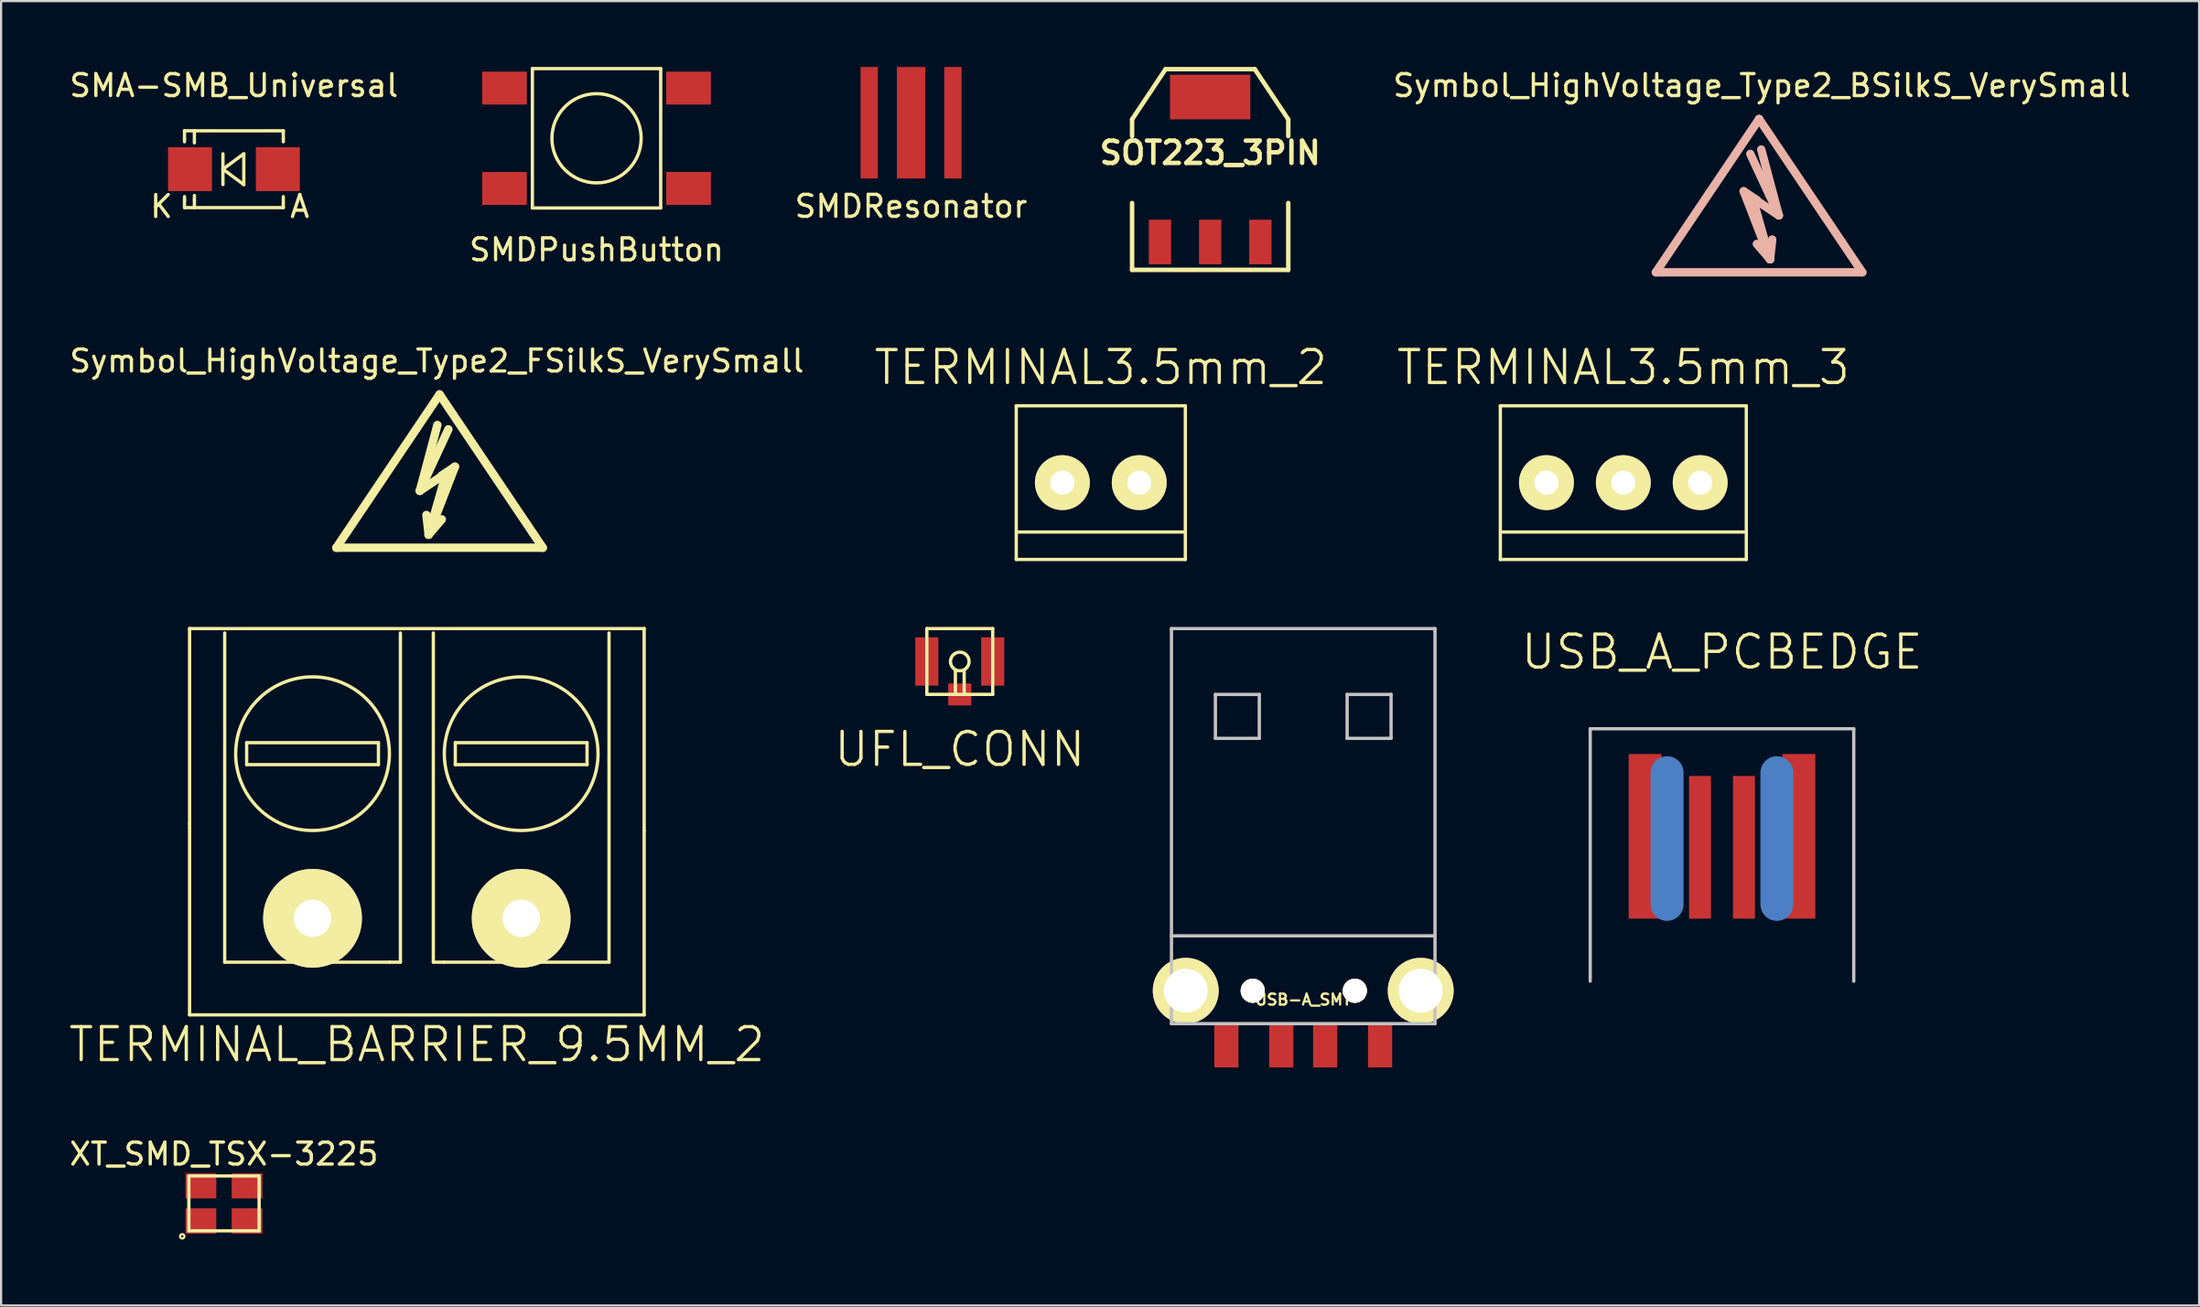
<source format=kicad_pcb>
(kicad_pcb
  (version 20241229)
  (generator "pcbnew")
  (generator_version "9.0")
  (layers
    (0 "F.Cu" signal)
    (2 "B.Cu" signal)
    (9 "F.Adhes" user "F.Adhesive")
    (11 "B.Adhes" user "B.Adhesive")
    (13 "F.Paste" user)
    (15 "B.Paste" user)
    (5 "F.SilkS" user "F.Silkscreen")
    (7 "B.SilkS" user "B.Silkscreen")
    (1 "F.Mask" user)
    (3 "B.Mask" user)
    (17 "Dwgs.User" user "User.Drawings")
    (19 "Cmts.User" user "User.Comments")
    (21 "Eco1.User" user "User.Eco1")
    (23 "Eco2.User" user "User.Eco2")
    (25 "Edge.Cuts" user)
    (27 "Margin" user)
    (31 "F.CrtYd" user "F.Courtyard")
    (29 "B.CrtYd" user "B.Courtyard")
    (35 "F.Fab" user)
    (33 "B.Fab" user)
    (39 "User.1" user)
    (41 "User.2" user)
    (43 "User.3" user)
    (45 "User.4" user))
  (footprint "SMDResonator"
    (layer "F.Cu")
    (at 38.435 2.54)
    (property "Reference" "SMDResonator" (at 0 3.81 0) (layer "F.SilkS") (effects (font (size 1 1) (thickness 0.15))))
    (attr through_hole)
    (pad "1" smd rect (at -1.905 0) (size 0.787 5.08) (layers "F.Cu" "F.Mask" "F.Paste"))
    (pad "2" smd rect (at 0 0) (size 1.295 5.08) (layers "F.Cu" "F.Mask" "F.Paste"))
    (pad "3" smd rect (at 1.905 0) (size 0.787 5.08) (layers "F.Cu" "F.Mask" "F.Paste")))
  (footprint "TERMINAL3.5mm_2"
    (layer "F.Cu")
    (at 47.075 18.939)
    (property "Reference" "TERMINAL3.5mm_2" (at 0 -5.25 0) (layer "F.SilkS") (effects (font (size 1.5 1.5) (thickness 0.15))))
    (attr through_hole)
    (fp_line (start -3.85 -3.5) (end -3.85 3.5) (stroke (width 0.15) (type solid)) (layer "F.SilkS"))
    (fp_line (start -3.85 -3.5) (end 3.85 -3.5) (stroke (width 0.15) (type solid)) (layer "F.SilkS"))
    (fp_line (start -3.85 3.5) (end 3.85 3.5) (stroke (width 0.15) (type solid)) (layer "F.SilkS"))
    (fp_line (start -3.75 2.25) (end 3.85 2.25) (stroke (width 0.15) (type solid)) (layer "F.SilkS"))
    (fp_line (start 3.85 -3.5) (end 3.85 3.5) (stroke (width 0.15) (type solid)) (layer "F.SilkS"))
    (pad "1" thru_hole circle (at -1.75 0) (size 2.5 2.5) (drill 1.1) (layers "*.Cu" "*.Mask" "F.SilkS"))
    (pad "2" thru_hole circle (at 1.75 0) (size 2.5 2.5) (drill 1.1) (layers "*.Cu" "*.Mask" "F.SilkS")))
  (footprint "UFL_CONN"
    (layer "F.Cu")
    (at 40.654 27.088)
    (property "Reference" "UFL_CONN" (at 0 4 0) (layer "F.SilkS") (effects (font (size 1.5 1.5) (thickness 0.15))))
    (attr through_hole)
    (fp_line (start -1.5 -1.5) (end 1.5 -1.5) (stroke (width 0.15) (type solid)) (layer "F.SilkS"))
    (fp_line (start -1.5 1.5) (end -1.5 -1.5) (stroke (width 0.15) (type solid)) (layer "F.SilkS"))
    (fp_line (start -0.2 0.4) (end -0.2 1.4) (stroke (width 0.15) (type solid)) (layer "F.SilkS"))
    (fp_line (start 0.2 0.4) (end 0.2 1.5) (stroke (width 0.15) (type solid)) (layer "F.SilkS"))
    (fp_line (start 1.5 -1.5) (end 1.5 1.5) (stroke (width 0.15) (type solid)) (layer "F.SilkS"))
    (fp_line (start 1.5 1.5) (end -1.5 1.5) (stroke (width 0.15) (type solid)) (layer "F.SilkS"))
    (fp_circle (center 0 0) (end 0.3 -0.3) (stroke (width 0.15) (type solid)) (fill no) (layer "F.SilkS"))
    (pad "1" smd rect (at -1.5 0) (size 1.05 2.2) (layers "F.Cu" "F.Mask" "F.Paste"))
    (pad "2" smd rect (at 1.5 0) (size 1.05 2.2) (layers "F.Cu" "F.Mask" "F.Paste"))
    (pad "3" smd rect (at 0 1.5) (size 1.05 1) (layers "F.Cu" "F.Mask" "F.Paste")))
  (footprint "SMA-SMB_Universal"
    (layer "F.Cu")
    (at 7.601 4.658)
    (property "Reference" "SMA-SMB_Universal" (at 0 -3.81 0) (layer "F.SilkS") (effects (font (size 1 1) (thickness 0.15))))
    (attr smd)
    (fp_line (start -2.25 -1.75) (end -2.25 -1.4) (stroke (width 0.15) (type solid)) (layer "F.SilkS"))
    (fp_line (start -2.25 -1.75) (end 2.25 -1.75) (stroke (width 0.15) (type solid)) (layer "F.SilkS"))
    (fp_line (start -2.25 -1.4) (end -2.25 -1.25) (stroke (width 0.15) (type solid)) (layer "F.SilkS"))
    (fp_line (start -2.25 1.4) (end -2.25 1.25) (stroke (width 0.15) (type solid)) (layer "F.SilkS"))
    (fp_line (start -2.25 1.75) (end -2.25 1.4) (stroke (width 0.15) (type solid)) (layer "F.SilkS"))
    (fp_line (start -2.25 1.75) (end 2.25 1.75) (stroke (width 0.15) (type solid)) (layer "F.SilkS"))
    (fp_line (start -1.799 -1.75) (end -1.799 -1.4) (stroke (width 0.15) (type solid)) (layer "F.SilkS"))
    (fp_line (start -1.799 -1.349) (end -1.799 -1.199) (stroke (width 0.15) (type solid)) (layer "F.SilkS"))
    (fp_line (start -1.799 1.4) (end -1.799 1.199) (stroke (width 0.15) (type solid)) (layer "F.SilkS"))
    (fp_line (start -1.799 1.75) (end -1.799 1.4) (stroke (width 0.15) (type solid)) (layer "F.SilkS"))
    (fp_line (start -0.5 -0.701) (end -0.5 0.701) (stroke (width 0.15) (type solid)) (layer "F.SilkS"))
    (fp_line (start -0.5 0) (end 0.45 -0.701) (stroke (width 0.15) (type solid)) (layer "F.SilkS"))
    (fp_line (start 0.45 -0.701) (end 0.45 0.701) (stroke (width 0.15) (type solid)) (layer "F.SilkS"))
    (fp_line (start 0.45 0.701) (end -0.5 0) (stroke (width 0.15) (type solid)) (layer "F.SilkS"))
    (fp_line (start 2.25 -1.75) (end 2.25 -1.4) (stroke (width 0.15) (type solid)) (layer "F.SilkS"))
    (fp_line (start 2.25 -1.4) (end 2.25 -1.25) (stroke (width 0.15) (type solid)) (layer "F.SilkS"))
    (fp_line (start 2.25 1.349) (end 2.25 1.25) (stroke (width 0.15) (type solid)) (layer "F.SilkS"))
    (fp_line (start 2.25 1.75) (end 2.25 1.4) (stroke (width 0.15) (type solid)) (layer "F.SilkS"))
    (fp_text user "K" (at -3.3 1.7 0) (layer "F.SilkS") (effects (font (size 1 1) (thickness 0.15))))
    (fp_text user "A" (at 3 1.699 0) (layer "F.SilkS") (effects (font (size 1 1) (thickness 0.15))))
    (pad "1" smd rect (at -2 0) (size 2 2) (layers "F.Cu" "F.Mask" "F.Paste"))
    (pad "2" smd rect (at 2 0 180) (size 2 2) (layers "F.Cu" "F.Mask" "F.Paste")))
  (footprint "USB-A_SMT"
    (layer "F.Cu")
    (at 56.293 40.589)
    (property "Reference" "USB-A_SMT" (at 0 1.905 0) (layer "F.SilkS") (effects (font (size 0.5 0.5) (thickness 0.1))))
    (attr through_hole)
    (fp_line (start -6 -15) (end 6 -15) (stroke (width 0.15) (type solid)) (layer "Dwgs.User"))
    (fp_line (start -6 3) (end -6 -15) (stroke (width 0.15) (type solid)) (layer "Dwgs.User"))
    (fp_line (start -4 -12) (end -4 -10) (stroke (width 0.15) (type solid)) (layer "Dwgs.User"))
    (fp_line (start -4 -10) (end -2 -10) (stroke (width 0.15) (type solid)) (layer "Dwgs.User"))
    (fp_line (start -2 -12) (end -4 -12) (stroke (width 0.15) (type solid)) (layer "Dwgs.User"))
    (fp_line (start -2 -10) (end -2 -12) (stroke (width 0.15) (type solid)) (layer "Dwgs.User"))
    (fp_line (start 2 -12) (end 2 -10) (stroke (width 0.15) (type solid)) (layer "Dwgs.User"))
    (fp_line (start 2 -10) (end 4 -10) (stroke (width 0.15) (type solid)) (layer "Dwgs.User"))
    (fp_line (start 4 -12) (end 2 -12) (stroke (width 0.15) (type solid)) (layer "Dwgs.User"))
    (fp_line (start 4 -10) (end 4 -12) (stroke (width 0.15) (type solid)) (layer "Dwgs.User"))
    (fp_line (start 6 -15) (end 6 3) (stroke (width 0.15) (type solid)) (layer "Dwgs.User"))
    (fp_line (start 6 -1) (end -6 -1) (stroke (width 0.15) (type solid)) (layer "Dwgs.User"))
    (fp_line (start 6 3) (end -6 3) (stroke (width 0.15) (type solid)) (layer "Dwgs.User"))
    (pad "" thru_hole oval (at -5.35 1.5) (size 3 3) (drill 2) (layers "B.Cu" "B.Mask" "F.SilkS"))
    (pad "" thru_hole circle (at -2.3 1.5) (size 1.1 1.1) (drill 1.1) (layers "*.Cu" "*.Mask" "F.SilkS"))
    (pad "" thru_hole circle (at 2.35 1.5) (size 1.1 1.1) (drill 1.1) (layers "*.Cu" "*.Mask" "F.SilkS"))
    (pad "" thru_hole oval (at 5.35 1.5) (size 3 3) (drill 2) (layers "B.Cu" "B.Mask" "F.SilkS"))
    (pad "1" smd rect (at -3.5 4) (size 1.1 1.99) (layers "F.Cu" "F.Mask" "F.Paste"))
    (pad "2" smd rect (at -1 4) (size 1.1 1.99) (layers "F.Cu" "F.Mask" "F.Paste"))
    (pad "3" smd rect (at 1 4) (size 1.1 1.99) (layers "F.Cu" "F.Mask" "F.Paste"))
    (pad "4" smd rect (at 3.5 4) (size 1.1 1.99) (layers "F.Cu" "F.Mask" "F.Paste")))
  (footprint "TERMINAL_BARRIER_9.5MM_2"
    (layer "F.Cu")
    (at 15.932 38.788)
    (property "Reference" "TERMINAL_BARRIER_9.5MM_2" (at 0 5.75 0) (layer "F.SilkS") (effects (font (size 1.5 1.5) (thickness 0.15))))
    (attr through_hole)
    (fp_line (start -10.35 -4.3) (end -10.35 -13.2) (stroke (width 0.15) (type solid)) (layer "F.SilkS"))
    (fp_line (start -10.35 4.4) (end -10.35 -4.3) (stroke (width 0.15) (type solid)) (layer "F.SilkS"))
    (fp_line (start -10.35 4.4) (end 10.35 4.4) (stroke (width 0.15) (type solid)) (layer "F.SilkS"))
    (fp_line (start -8.75 -13) (end -8.75 2) (stroke (width 0.15) (type solid)) (layer "F.SilkS"))
    (fp_line (start -8.75 2) (end -1.25 2) (stroke (width 0.15) (type solid)) (layer "F.SilkS"))
    (fp_line (start -7.75 -8) (end -7.75 -7) (stroke (width 0.15) (type solid)) (layer "F.SilkS"))
    (fp_line (start -7.75 -7) (end -1.75 -7) (stroke (width 0.15) (type solid)) (layer "F.SilkS"))
    (fp_line (start -1.75 -8) (end -7.75 -8) (stroke (width 0.15) (type solid)) (layer "F.SilkS"))
    (fp_line (start -1.75 -7) (end -1.75 -8) (stroke (width 0.15) (type solid)) (layer "F.SilkS"))
    (fp_line (start -1.25 2) (end -0.75 2) (stroke (width 0.15) (type solid)) (layer "F.SilkS"))
    (fp_line (start -0.75 2) (end -0.75 -13) (stroke (width 0.15) (type solid)) (layer "F.SilkS"))
    (fp_line (start 0.75 2) (end 0.75 -13) (stroke (width 0.15) (type solid)) (layer "F.SilkS"))
    (fp_line (start 1.25 2) (end 0.75 2) (stroke (width 0.15) (type solid)) (layer "F.SilkS"))
    (fp_line (start 1.25 2) (end 8.75 2) (stroke (width 0.15) (type solid)) (layer "F.SilkS"))
    (fp_line (start 1.75 -8) (end 1.75 -7) (stroke (width 0.15) (type solid)) (layer "F.SilkS"))
    (fp_line (start 1.75 -7) (end 7.75 -7) (stroke (width 0.15) (type solid)) (layer "F.SilkS"))
    (fp_line (start 7.75 -8) (end 1.75 -8) (stroke (width 0.15) (type solid)) (layer "F.SilkS"))
    (fp_line (start 7.75 -7) (end 7.75 -8) (stroke (width 0.15) (type solid)) (layer "F.SilkS"))
    (fp_line (start 8.75 2) (end 8.75 -13) (stroke (width 0.15) (type solid)) (layer "F.SilkS"))
    (fp_line (start 10.35 -13.2) (end -10.35 -13.2) (stroke (width 0.15) (type solid)) (layer "F.SilkS"))
    (fp_line (start 10.35 -13.2) (end 10.35 -4) (stroke (width 0.15) (type solid)) (layer "F.SilkS"))
    (fp_line (start 10.35 4.4) (end 10.35 -4) (stroke (width 0.15) (type solid)) (layer "F.SilkS"))
    (fp_circle (center -4.75 -7.5) (end -1.25 -7.5) (stroke (width 0.15) (type solid)) (fill no) (layer "F.SilkS"))
    (fp_circle (center 4.75 -7.5) (end 1.25 -7.5) (stroke (width 0.15) (type solid)) (fill no) (layer "F.SilkS"))
    (pad "1" thru_hole circle (at 4.75 0) (size 4.5 4.5) (drill 1.7) (layers "*.Cu" "*.Mask" "F.SilkS"))
    (pad "2" thru_hole circle (at -4.75 0) (size 4.5 4.5) (drill 1.7) (layers "*.Cu" "*.Mask" "F.SilkS")))
  (footprint "XT_SMD_TSX-3225"
    (layer "F.Cu")
    (at 7.149 51.778)
    (property "Reference" "XT_SMD_TSX-3225" (at 0 -2.25 0) (layer "F.SilkS") (effects (font (size 1 1) (thickness 0.15))))
    (attr through_hole)
    (fp_line (start -1.6 -1.25) (end -1.6 1.25) (stroke (width 0.15) (type solid)) (layer "F.SilkS"))
    (fp_line (start -1.6 1.25) (end 1.6 1.25) (stroke (width 0.15) (type solid)) (layer "F.SilkS"))
    (fp_line (start 1.6 -1.25) (end -1.6 -1.25) (stroke (width 0.15) (type solid)) (layer "F.SilkS"))
    (fp_line (start 1.6 1.25) (end 1.6 -1.25) (stroke (width 0.15) (type solid)) (layer "F.SilkS"))
    (fp_circle (center -1.9 1.5) (end -1.8 1.5) (stroke (width 0.1) (type solid)) (fill no) (layer "F.SilkS"))
    (pad "1" smd rect (at -1.05 0.8) (size 1.4 1.15) (layers "F.Cu" "F.Mask" "F.Paste"))
    (pad "2" smd rect (at 1.05 0.8) (size 1.4 1.15) (layers "F.Cu" "F.Mask" "F.Paste"))
    (pad "3" smd rect (at 1.05 -0.8) (size 1.4 1.15) (layers "F.Cu" "F.Mask" "F.Paste"))
    (pad "4" smd rect (at -1.05 -0.8) (size 1.4 1.15) (layers "F.Cu" "F.Mask" "F.Paste")))
  (footprint "SOT223_3PIN"
    (layer "F.Cu")
    (at 52.056 4.674)
    (property "Reference" "SOT223_3PIN" (at 0 -0.762 0) (layer "F.SilkS") (effects (font (size 1.016 1.016) (thickness 0.203))))
    (attr smd)
    (fp_line (start -3.556 -2.286) (end -2.032 -4.572) (stroke (width 0.203) (type solid)) (layer "F.SilkS"))
    (fp_line (start -3.556 -1.524) (end -3.556 -2.286) (stroke (width 0.203) (type solid)) (layer "F.SilkS"))
    (fp_line (start -3.556 1.524) (end -3.556 4.572) (stroke (width 0.203) (type solid)) (layer "F.SilkS"))
    (fp_line (start -3.556 4.572) (end 3.556 4.572) (stroke (width 0.203) (type solid)) (layer "F.SilkS"))
    (fp_line (start -2.032 -4.572) (end 2.032 -4.572) (stroke (width 0.203) (type solid)) (layer "F.SilkS"))
    (fp_line (start 2.032 -4.572) (end 3.556 -2.286) (stroke (width 0.203) (type solid)) (layer "F.SilkS"))
    (fp_line (start 3.556 -2.286) (end 3.556 -1.524) (stroke (width 0.203) (type solid)) (layer "F.SilkS"))
    (fp_line (start 3.556 4.572) (end 3.556 1.524) (stroke (width 0.203) (type solid)) (layer "F.SilkS"))
    (pad "" smd rect (at 0 -3.302) (size 3.658 2.032) (layers "F.Cu" "F.Mask" "F.Paste"))
    (pad "1" smd rect (at -2.286 3.302) (size 1.016 2.032) (layers "F.Cu" "F.Mask" "F.Paste"))
    (pad "2" smd rect (at 0 3.302) (size 1.016 2.032) (layers "F.Cu" "F.Mask" "F.Paste"))
    (pad "3" smd rect (at 2.286 3.302) (size 1.016 2.032) (layers "F.Cu" "F.Mask" "F.Paste")))
  (footprint "USB_A_PCBEDGE"
    (layer "F.Cu")
    (at 75.361 41.654)
    (property "Reference" "USB_A_PCBEDGE" (at 0 -15 0) (layer "F.SilkS") (effects (font (size 1.5 1.5) (thickness 0.15))))
    (attr through_hole)
    (fp_line (start -6 -11.5) (end 6 -11.5) (stroke (width 0.15) (type solid)) (layer "Dwgs.User"))
    (fp_line (start -6 0) (end -6 -11.5) (stroke (width 0.15) (type solid)) (layer "Dwgs.User"))
    (fp_line (start 6 -11.5) (end 6 0) (stroke (width 0.15) (type solid)) (layer "Dwgs.User"))
    (pad "" smd oval (at -2.5 -6.5) (size 1.5 7.5) (layers "B.Cu" "B.Mask" "B.Paste"))
    (pad "" smd oval (at 2.5 -6.5) (size 1.5 7.5) (layers "B.Cu" "B.Mask" "B.Paste"))
    (pad "1" smd rect (at -3.5 -6.6) (size 1.5 7.5) (layers "F.Cu" "F.Mask" "F.Paste"))
    (pad "2" smd rect (at -1 -6.1) (size 1 6.5) (layers "F.Cu" "F.Mask" "F.Paste"))
    (pad "3" smd rect (at 1 -6.1) (size 1 6.5) (layers "F.Cu" "F.Mask" "F.Paste"))
    (pad "4" smd rect (at 3.5 -6.6) (size 1.5 7.5) (layers "F.Cu" "F.Mask" "F.Paste")))
  (footprint "SMDPushButton"
    (layer "F.Cu")
    (at 24.113 3.25)
    (property "Reference" "SMDPushButton" (at 0 5.08 0) (layer "F.SilkS") (effects (font (size 1 1) (thickness 0.15))))
    (attr through_hole)
    (fp_line (start -2.921 3.175) (end -2.921 -3.175) (stroke (width 0.15) (type solid)) (layer "F.SilkS"))
    (fp_line (start -2.921 3.175) (end 2.921 3.175) (stroke (width 0.15) (type solid)) (layer "F.SilkS"))
    (fp_line (start 2.921 -3.175) (end -2.921 -3.175) (stroke (width 0.15) (type solid)) (layer "F.SilkS"))
    (fp_line (start 2.921 -3.175) (end 2.921 3.175) (stroke (width 0.15) (type solid)) (layer "F.SilkS"))
    (fp_circle (center 0 0) (end 2.032 0) (stroke (width 0.15) (type solid)) (fill no) (layer "F.SilkS"))
    (pad "1" smd rect (at 4.191 2.286) (size 2.032 1.5) (layers "F.Cu" "F.Mask" "F.Paste"))
    (pad "2" smd rect (at -4.191 2.286) (size 2.032 1.5) (layers "F.Cu" "F.Mask" "F.Paste"))
    (pad "3" smd rect (at 4.191 -2.286) (size 2.032 1.5) (layers "F.Cu" "F.Mask" "F.Paste"))
    (pad "4" smd rect (at -4.191 -2.286) (size 2.032 1.5) (layers "F.Cu" "F.Mask" "F.Paste")))
  (footprint "TERMINAL3.5mm_3"
    (layer "F.Cu")
    (at 70.868 18.939)
    (property "Reference" "TERMINAL3.5mm_3" (at 0 -5.25 0) (layer "F.SilkS") (effects (font (size 1.5 1.5) (thickness 0.15))))
    (attr through_hole)
    (fp_line (start -5.6 -3.5) (end -5.6 3.5) (stroke (width 0.15) (type solid)) (layer "F.SilkS"))
    (fp_line (start -5.6 -3.5) (end 5.6 -3.5) (stroke (width 0.15) (type solid)) (layer "F.SilkS"))
    (fp_line (start -5.6 3.5) (end 5.6 3.5) (stroke (width 0.15) (type solid)) (layer "F.SilkS"))
    (fp_line (start -5.5 2.25) (end 5.5 2.25) (stroke (width 0.15) (type solid)) (layer "F.SilkS"))
    (fp_line (start 5.6 -3.5) (end 5.6 3.5) (stroke (width 0.15) (type solid)) (layer "F.SilkS"))
    (pad "1" thru_hole circle (at -3.5 0) (size 2.5 2.5) (drill 1.1) (layers "*.Cu" "*.Mask" "F.SilkS"))
    (pad "2" thru_hole circle (at 0 0) (size 2.5 2.5) (drill 1.1) (layers "*.Cu" "*.Mask" "F.SilkS"))
    (pad "3" thru_hole circle (at 3.5 0) (size 2.5 2.5) (drill 1.1) (layers "*.Cu" "*.Mask" "F.SilkS")))
  (footprint "Symbol_HighVoltage_Type2_BSilkS_VerySmall"
    (layer "F.Cu")
    (at 77.05 6.563)
    (property "Reference" "Symbol_HighVoltage_Type2_BSilkS_VerySmall" (at 0.127 -5.715 0) (layer "F.SilkS") (effects (font (size 1 1) (thickness 0.15))))
    (attr through_hole)
    (fp_line (start -4.699 2.794) (end 4.699 2.794) (stroke (width 0.381) (type solid)) (layer "B.SilkS"))
    (fp_line (start -0.701 -0.899) (end -0.102 -0.5) (stroke (width 0.381) (type solid)) (layer "B.SilkS"))
    (fp_line (start -0.3 -0.599) (end 0.498 2.2) (stroke (width 0.381) (type solid)) (layer "B.SilkS"))
    (fp_line (start 0 -4.191) (end -4.699 2.794) (stroke (width 0.381) (type solid)) (layer "B.SilkS"))
    (fp_line (start 0.099 -2.799) (end 0.899 0.201) (stroke (width 0.381) (type solid)) (layer "B.SilkS"))
    (fp_line (start 0.498 2.2) (end -0.701 -0.899) (stroke (width 0.381) (type solid)) (layer "B.SilkS"))
    (fp_line (start 0.498 2.2) (end -0.102 1.501) (stroke (width 0.381) (type solid)) (layer "B.SilkS"))
    (fp_line (start 0.498 2.2) (end 0.599 1.3) (stroke (width 0.381) (type solid)) (layer "B.SilkS"))
    (fp_line (start 0.899 0.201) (end -0.401 -2.601) (stroke (width 0.381) (type solid)) (layer "B.SilkS"))
    (fp_line (start 0.899 0.201) (end -0.3 -0.599) (stroke (width 0.381) (type solid)) (layer "B.SilkS"))
    (fp_line (start 4.699 2.794) (end 0 -4.191) (stroke (width 0.381) (type solid)) (layer "B.SilkS")))
  (footprint "Symbol_HighVoltage_Type2_FSilkS_VerySmall"
    (layer "F.Cu")
    (at 16.966 19.111)
    (property "Reference" "Symbol_HighVoltage_Type2_FSilkS_VerySmall" (at -0.127 -5.715 0) (layer "F.SilkS") (effects (font (size 1 1) (thickness 0.15))))
    (attr through_hole)
    (fp_line (start -4.699 2.794) (end 0 -4.191) (stroke (width 0.381) (type solid)) (layer "F.SilkS"))
    (fp_line (start -0.899 0.201) (end 0.3 -0.599) (stroke (width 0.381) (type solid)) (layer "F.SilkS"))
    (fp_line (start -0.899 0.201) (end 0.401 -2.601) (stroke (width 0.381) (type solid)) (layer "F.SilkS"))
    (fp_line (start -0.498 2.2) (end -0.599 1.3) (stroke (width 0.381) (type solid)) (layer "F.SilkS"))
    (fp_line (start -0.498 2.2) (end 0.102 1.501) (stroke (width 0.381) (type solid)) (layer "F.SilkS"))
    (fp_line (start -0.498 2.2) (end 0.701 -0.899) (stroke (width 0.381) (type solid)) (layer "F.SilkS"))
    (fp_line (start -0.099 -2.799) (end -0.899 0.201) (stroke (width 0.381) (type solid)) (layer "F.SilkS"))
    (fp_line (start 0 -4.191) (end 4.699 2.794) (stroke (width 0.381) (type solid)) (layer "F.SilkS"))
    (fp_line (start 0.3 -0.599) (end -0.498 2.2) (stroke (width 0.381) (type solid)) (layer "F.SilkS"))
    (fp_line (start 0.701 -0.899) (end 0.102 -0.5) (stroke (width 0.381) (type solid)) (layer "F.SilkS"))
    (fp_line (start 4.699 2.794) (end -4.699 2.794) (stroke (width 0.381) (type solid)) (layer "F.SilkS")))
  (gr_rect
    (start -3 -3)
    (end 97.088 56.428)
    (stroke (width 0.1) (type default))
    (fill no)
    (layer "Edge.Cuts")))
</source>
